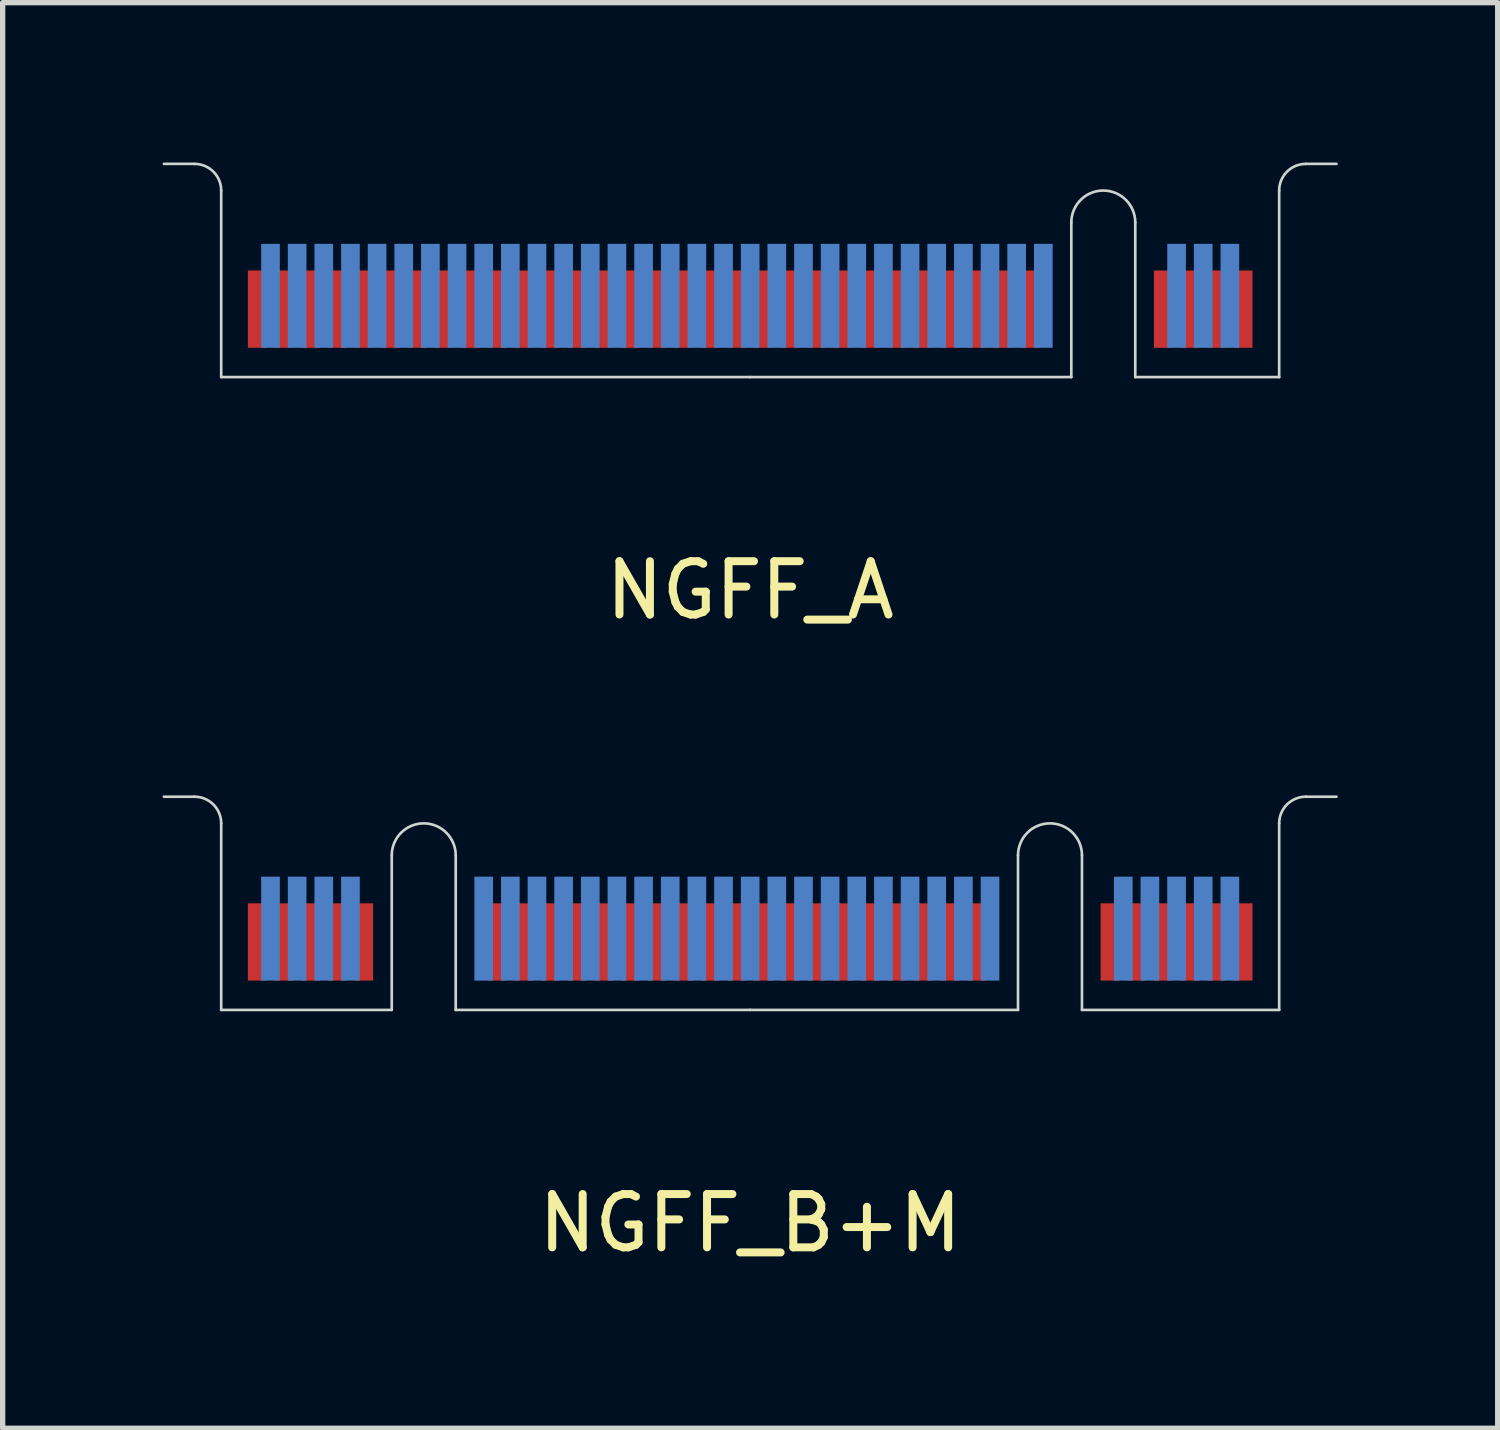
<source format=kicad_pcb>
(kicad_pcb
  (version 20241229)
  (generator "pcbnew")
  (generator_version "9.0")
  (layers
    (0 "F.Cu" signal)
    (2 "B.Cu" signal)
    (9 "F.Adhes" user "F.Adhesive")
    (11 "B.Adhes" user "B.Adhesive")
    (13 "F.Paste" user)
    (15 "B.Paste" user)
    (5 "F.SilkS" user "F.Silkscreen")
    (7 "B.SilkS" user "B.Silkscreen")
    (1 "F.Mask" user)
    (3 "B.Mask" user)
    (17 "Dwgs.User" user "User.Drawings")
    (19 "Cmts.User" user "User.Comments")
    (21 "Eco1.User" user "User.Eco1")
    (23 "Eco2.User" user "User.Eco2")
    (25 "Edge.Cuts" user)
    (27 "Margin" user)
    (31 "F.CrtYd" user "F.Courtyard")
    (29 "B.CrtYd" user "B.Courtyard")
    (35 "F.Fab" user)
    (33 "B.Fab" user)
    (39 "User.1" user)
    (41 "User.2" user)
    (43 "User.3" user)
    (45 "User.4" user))
  (footprint "NGFF_B+M"
    (layer "F.Cu")
    (at 11.025 15.898)
    (property "Reference" "NGFF_B+M" (at 0 4 0) (layer "F.SilkS") (effects (font (size 1 1) (thickness 0.15))))
    (attr through_hole)
    (fp_poly (pts (xy -9.925 0) (xy -6.725 0) (xy -6.725 -2) (xy -9.925 -2)) (stroke (width 0.1) (type solid)) (fill yes) (layer "F.Mask"))
    (fp_poly (pts (xy -5.525 0) (xy 5.025 0) (xy 5.025 -2) (xy -5.525 -2)) (stroke (width 0.1) (type solid)) (fill yes) (layer "F.Mask"))
    (fp_poly (pts (xy 6.225 0) (xy 9.925 0) (xy 9.925 -2) (xy 6.225 -2)) (stroke (width 0.1) (type solid)) (fill yes) (layer "F.Mask"))
    (fp_poly (pts (xy -9.925 0) (xy -6.725 0) (xy -6.725 -2.5) (xy -9.925 -2.5)) (stroke (width 0.1) (type solid)) (fill yes) (layer "B.Mask"))
    (fp_poly (pts (xy -5.525 0) (xy 5.025 0) (xy 5.025 -2.5) (xy -5.525 -2.5)) (stroke (width 0.1) (type solid)) (fill yes) (layer "B.Mask"))
    (fp_poly (pts (xy 6.225 0) (xy 9.925 0) (xy 9.925 -2.5) (xy 6.225 -2.5)) (stroke (width 0.1) (type solid)) (fill yes) (layer "B.Mask"))
    (fp_line (start -11 -4) (end -10.425 -4) (stroke (width 0.05) (type solid)) (layer "Edge.Cuts"))
    (fp_line (start -9.925 -3.5) (end -9.925 0) (stroke (width 0.05) (type solid)) (layer "Edge.Cuts"))
    (fp_line (start -9.925 0) (end -6.725 0) (stroke (width 0.05) (type solid)) (layer "Edge.Cuts"))
    (fp_line (start -6.725 0) (end -6.725 -2.9) (stroke (width 0.05) (type solid)) (layer "Edge.Cuts"))
    (fp_line (start -5.525 -2.9) (end -5.525 0) (stroke (width 0.05) (type solid)) (layer "Edge.Cuts"))
    (fp_line (start -5.525 0) (end 0 0) (stroke (width 0.05) (type solid)) (layer "Edge.Cuts"))
    (fp_line (start 0 0) (end 5.025 0) (stroke (width 0.05) (type solid)) (layer "Edge.Cuts"))
    (fp_line (start 5.025 0) (end 5.025 -2.9) (stroke (width 0.05) (type solid)) (layer "Edge.Cuts"))
    (fp_line (start 6.225 -2.9) (end 6.225 0) (stroke (width 0.05) (type solid)) (layer "Edge.Cuts"))
    (fp_line (start 6.225 0) (end 9.925 0) (stroke (width 0.05) (type solid)) (layer "Edge.Cuts"))
    (fp_line (start 9.925 0) (end 9.925 -3.5) (stroke (width 0.05) (type solid)) (layer "Edge.Cuts"))
    (fp_line (start 10.425 -4) (end 11 -4) (stroke (width 0.05) (type solid)) (layer "Edge.Cuts"))
    (fp_arc (start -10.425 -4) (mid -10.071447 -3.853553) (end -9.925 -3.5) (stroke (width 0.05) (type solid)) (layer "Edge.Cuts"))
    (fp_arc (start -6.725 -2.9) (mid -6.125 -3.5) (end -5.525 -2.9) (stroke (width 0.05) (type solid)) (layer "Edge.Cuts"))
    (fp_arc (start 5.025 -2.9) (mid 5.625 -3.5) (end 6.225 -2.9) (stroke (width 0.05) (type solid)) (layer "Edge.Cuts"))
    (fp_arc (start 9.925 -3.5) (mid 10.071447 -3.853553) (end 10.425 -4) (stroke (width 0.05) (type solid)) (layer "Edge.Cuts"))
    (pad "1" smd rect (at 9.25 -1.275) (size 0.35 1.45) (layers "F.Cu"))
    (pad "2" smd rect (at 9 -1.525) (size 0.35 1.95) (layers "B.Cu"))
    (pad "3" smd rect (at 8.75 -1.275) (size 0.35 1.45) (layers "F.Cu"))
    (pad "4" smd rect (at 8.5 -1.525) (size 0.35 1.95) (layers "B.Cu"))
    (pad "5" smd rect (at 8.25 -1.275) (size 0.35 1.45) (layers "F.Cu"))
    (pad "6" smd rect (at 8 -1.525) (size 0.35 1.95) (layers "B.Cu"))
    (pad "7" smd rect (at 7.75 -1.275) (size 0.35 1.45) (layers "F.Cu"))
    (pad "8" smd rect (at 7.5 -1.525) (size 0.35 1.95) (layers "B.Cu"))
    (pad "9" smd rect (at 7.25 -1.275) (size 0.35 1.45) (layers "F.Cu"))
    (pad "10" smd rect (at 7 -1.525) (size 0.35 1.95) (layers "B.Cu"))
    (pad "11" smd rect (at 6.75 -1.275) (size 0.35 1.45) (layers "F.Cu"))
    (pad "20" smd rect (at 4.5 -1.525) (size 0.35 1.95) (layers "B.Cu"))
    (pad "21" smd rect (at 4.25 -1.275) (size 0.35 1.45) (layers "F.Cu"))
    (pad "22" smd rect (at 4 -1.525) (size 0.35 1.95) (layers "B.Cu"))
    (pad "23" smd rect (at 3.75 -1.275) (size 0.35 1.45) (layers "F.Cu"))
    (pad "24" smd rect (at 3.5 -1.525) (size 0.35 1.95) (layers "B.Cu"))
    (pad "25" smd rect (at 3.25 -1.275) (size 0.35 1.45) (layers "F.Cu"))
    (pad "26" smd rect (at 3 -1.525) (size 0.35 1.95) (layers "B.Cu"))
    (pad "27" smd rect (at 2.75 -1.275) (size 0.35 1.45) (layers "F.Cu"))
    (pad "28" smd rect (at 2.5 -1.525) (size 0.35 1.95) (layers "B.Cu"))
    (pad "29" smd rect (at 2.25 -1.275) (size 0.35 1.45) (layers "F.Cu"))
    (pad "30" smd rect (at 2 -1.525) (size 0.35 1.95) (layers "B.Cu"))
    (pad "31" smd rect (at 1.75 -1.275) (size 0.35 1.45) (layers "F.Cu"))
    (pad "32" smd rect (at 1.5 -1.525) (size 0.35 1.95) (layers "B.Cu"))
    (pad "33" smd rect (at 1.25 -1.275) (size 0.35 1.45) (layers "F.Cu"))
    (pad "34" smd rect (at 1 -1.525) (size 0.35 1.95) (layers "B.Cu"))
    (pad "35" smd rect (at 0.75 -1.275) (size 0.35 1.45) (layers "F.Cu"))
    (pad "36" smd rect (at 0.5 -1.525) (size 0.35 1.95) (layers "B.Cu"))
    (pad "37" smd rect (at 0.25 -1.275) (size 0.35 1.45) (layers "F.Cu"))
    (pad "38" smd rect (at 0 -1.525) (size 0.35 1.95) (layers "B.Cu"))
    (pad "39" smd rect (at -0.25 -1.275) (size 0.35 1.45) (layers "F.Cu"))
    (pad "40" smd rect (at -0.5 -1.525) (size 0.35 1.95) (layers "B.Cu"))
    (pad "41" smd rect (at -0.75 -1.275) (size 0.35 1.45) (layers "F.Cu"))
    (pad "42" smd rect (at -1 -1.525) (size 0.35 1.95) (layers "B.Cu"))
    (pad "43" smd rect (at -1.25 -1.275) (size 0.35 1.45) (layers "F.Cu"))
    (pad "44" smd rect (at -1.5 -1.525) (size 0.35 1.95) (layers "B.Cu"))
    (pad "45" smd rect (at -1.75 -1.275) (size 0.35 1.45) (layers "F.Cu"))
    (pad "46" smd rect (at -2 -1.525) (size 0.35 1.95) (layers "B.Cu"))
    (pad "47" smd rect (at -2.25 -1.275) (size 0.35 1.45) (layers "F.Cu"))
    (pad "48" smd rect (at -2.5 -1.525) (size 0.35 1.95) (layers "B.Cu"))
    (pad "49" smd rect (at -2.75 -1.275) (size 0.35 1.45) (layers "F.Cu"))
    (pad "50" smd rect (at -3 -1.525) (size 0.35 1.95) (layers "B.Cu"))
    (pad "51" smd rect (at -3.25 -1.275) (size 0.35 1.45) (layers "F.Cu"))
    (pad "52" smd rect (at -3.5 -1.525) (size 0.35 1.95) (layers "B.Cu"))
    (pad "53" smd rect (at -3.75 -1.275) (size 0.35 1.45) (layers "F.Cu"))
    (pad "54" smd rect (at -4 -1.525) (size 0.35 1.95) (layers "B.Cu"))
    (pad "55" smd rect (at -4.25 -1.275) (size 0.35 1.45) (layers "F.Cu"))
    (pad "56" smd rect (at -4.5 -1.525) (size 0.35 1.95) (layers "B.Cu"))
    (pad "57" smd rect (at -4.75 -1.275) (size 0.35 1.45) (layers "F.Cu"))
    (pad "58" smd rect (at -5 -1.525) (size 0.35 1.95) (layers "B.Cu"))
    (pad "67" smd rect (at -7.25 -1.275) (size 0.35 1.45) (layers "F.Cu"))
    (pad "68" smd rect (at -7.5 -1.525) (size 0.35 1.95) (layers "B.Cu"))
    (pad "69" smd rect (at -7.75 -1.275) (size 0.35 1.45) (layers "F.Cu"))
    (pad "70" smd rect (at -8 -1.525) (size 0.35 1.95) (layers "B.Cu"))
    (pad "71" smd rect (at -8.25 -1.275) (size 0.35 1.45) (layers "F.Cu"))
    (pad "72" smd rect (at -8.5 -1.525) (size 0.35 1.95) (layers "B.Cu"))
    (pad "73" smd rect (at -8.75 -1.275) (size 0.35 1.45) (layers "F.Cu"))
    (pad "74" smd rect (at -9 -1.525) (size 0.35 1.95) (layers "B.Cu"))
    (pad "75" smd rect (at -9.25 -1.275) (size 0.35 1.45) (layers "F.Cu")))
  (footprint "NGFF_A"
    (layer "F.Cu")
    (at 11.025 4.025)
    (property "Reference" "NGFF_A" (at 0 4 0) (layer "F.SilkS") (effects (font (size 1 1) (thickness 0.15))))
    (attr through_hole)
    (fp_poly (pts (xy -9.925 0) (xy 6.025 0) (xy 6.025 -2) (xy -9.925 -2)) (stroke (width 0.1) (type solid)) (fill yes) (layer "F.Mask"))
    (fp_poly (pts (xy 7.225 0) (xy 9.925 0) (xy 9.925 -2) (xy 7.225 -2)) (stroke (width 0.1) (type solid)) (fill yes) (layer "F.Mask"))
    (fp_poly (pts (xy -9.925 0) (xy 6.025 0) (xy 6.025 -2.5) (xy -9.925 -2.5)) (stroke (width 0.1) (type solid)) (fill yes) (layer "B.Mask"))
    (fp_poly (pts (xy 7.225 0) (xy 9.925 0) (xy 9.925 -2.5) (xy 7.225 -2.5)) (stroke (width 0.1) (type solid)) (fill yes) (layer "B.Mask"))
    (fp_line (start -11 -4) (end -10.425 -4) (stroke (width 0.05) (type solid)) (layer "Edge.Cuts"))
    (fp_line (start -9.925 -3.5) (end -9.925 0) (stroke (width 0.05) (type solid)) (layer "Edge.Cuts"))
    (fp_line (start -9.925 0) (end 0 0) (stroke (width 0.05) (type solid)) (layer "Edge.Cuts"))
    (fp_line (start 0 0) (end 6.025 0) (stroke (width 0.05) (type solid)) (layer "Edge.Cuts"))
    (fp_line (start 6.025 0) (end 6.025 -2.9) (stroke (width 0.05) (type solid)) (layer "Edge.Cuts"))
    (fp_line (start 7.225 -2.9) (end 7.225 0) (stroke (width 0.05) (type solid)) (layer "Edge.Cuts"))
    (fp_line (start 7.225 0) (end 9.925 0) (stroke (width 0.05) (type solid)) (layer "Edge.Cuts"))
    (fp_line (start 9.925 0) (end 9.925 -3.5) (stroke (width 0.05) (type solid)) (layer "Edge.Cuts"))
    (fp_line (start 10.425 -4) (end 11 -4) (stroke (width 0.05) (type solid)) (layer "Edge.Cuts"))
    (fp_arc (start -10.425 -4) (mid -10.071447 -3.853553) (end -9.925 -3.5) (stroke (width 0.05) (type solid)) (layer "Edge.Cuts"))
    (fp_arc (start 6.025 -2.9) (mid 6.625 -3.5) (end 7.225 -2.9) (stroke (width 0.05) (type solid)) (layer "Edge.Cuts"))
    (fp_arc (start 9.925 -3.5) (mid 10.071447 -3.853553) (end 10.425 -4) (stroke (width 0.05) (type solid)) (layer "Edge.Cuts"))
    (pad "1" smd rect (at 9.25 -1.275) (size 0.35 1.45) (layers "F.Cu"))
    (pad "2" smd rect (at 9 -1.525) (size 0.35 1.95) (layers "B.Cu"))
    (pad "3" smd rect (at 8.75 -1.275) (size 0.35 1.45) (layers "F.Cu"))
    (pad "4" smd rect (at 8.5 -1.525) (size 0.35 1.95) (layers "B.Cu"))
    (pad "5" smd rect (at 8.25 -1.275) (size 0.35 1.45) (layers "F.Cu"))
    (pad "6" smd rect (at 8 -1.525) (size 0.35 1.95) (layers "B.Cu"))
    (pad "7" smd rect (at 7.75 -1.275) (size 0.35 1.45) (layers "F.Cu"))
    (pad "16" smd rect (at 5.5 -1.525) (size 0.35 1.95) (layers "B.Cu"))
    (pad "17" smd rect (at 5.25 -1.275) (size 0.35 1.45) (layers "F.Cu"))
    (pad "18" smd rect (at 5 -1.525) (size 0.35 1.95) (layers "B.Cu"))
    (pad "19" smd rect (at 4.75 -1.275) (size 0.35 1.45) (layers "F.Cu"))
    (pad "20" smd rect (at 4.5 -1.525) (size 0.35 1.95) (layers "B.Cu"))
    (pad "21" smd rect (at 4.25 -1.275) (size 0.35 1.45) (layers "F.Cu"))
    (pad "22" smd rect (at 4 -1.525) (size 0.35 1.95) (layers "B.Cu"))
    (pad "23" smd rect (at 3.75 -1.275) (size 0.35 1.45) (layers "F.Cu"))
    (pad "24" smd rect (at 3.5 -1.525) (size 0.35 1.95) (layers "B.Cu"))
    (pad "25" smd rect (at 3.25 -1.275) (size 0.35 1.45) (layers "F.Cu"))
    (pad "26" smd rect (at 3 -1.525) (size 0.35 1.95) (layers "B.Cu"))
    (pad "27" smd rect (at 2.75 -1.275) (size 0.35 1.45) (layers "F.Cu"))
    (pad "28" smd rect (at 2.5 -1.525) (size 0.35 1.95) (layers "B.Cu"))
    (pad "29" smd rect (at 2.25 -1.275) (size 0.35 1.45) (layers "F.Cu"))
    (pad "30" smd rect (at 2 -1.525) (size 0.35 1.95) (layers "B.Cu"))
    (pad "31" smd rect (at 1.75 -1.275) (size 0.35 1.45) (layers "F.Cu"))
    (pad "32" smd rect (at 1.5 -1.525) (size 0.35 1.95) (layers "B.Cu"))
    (pad "33" smd rect (at 1.25 -1.275) (size 0.35 1.45) (layers "F.Cu"))
    (pad "34" smd rect (at 1 -1.525) (size 0.35 1.95) (layers "B.Cu"))
    (pad "35" smd rect (at 0.75 -1.275) (size 0.35 1.45) (layers "F.Cu"))
    (pad "36" smd rect (at 0.5 -1.525) (size 0.35 1.95) (layers "B.Cu"))
    (pad "37" smd rect (at 0.25 -1.275) (size 0.35 1.45) (layers "F.Cu"))
    (pad "38" smd rect (at 0 -1.525) (size 0.35 1.95) (layers "B.Cu"))
    (pad "39" smd rect (at -0.25 -1.275) (size 0.35 1.45) (layers "F.Cu"))
    (pad "40" smd rect (at -0.5 -1.525) (size 0.35 1.95) (layers "B.Cu"))
    (pad "41" smd rect (at -0.75 -1.275) (size 0.35 1.45) (layers "F.Cu"))
    (pad "42" smd rect (at -1 -1.525) (size 0.35 1.95) (layers "B.Cu"))
    (pad "43" smd rect (at -1.25 -1.275) (size 0.35 1.45) (layers "F.Cu"))
    (pad "44" smd rect (at -1.5 -1.525) (size 0.35 1.95) (layers "B.Cu"))
    (pad "45" smd rect (at -1.75 -1.275) (size 0.35 1.45) (layers "F.Cu"))
    (pad "46" smd rect (at -2 -1.525) (size 0.35 1.95) (layers "B.Cu"))
    (pad "47" smd rect (at -2.25 -1.275) (size 0.35 1.45) (layers "F.Cu"))
    (pad "48" smd rect (at -2.5 -1.525) (size 0.35 1.95) (layers "B.Cu"))
    (pad "49" smd rect (at -2.75 -1.275) (size 0.35 1.45) (layers "F.Cu"))
    (pad "50" smd rect (at -3 -1.525) (size 0.35 1.95) (layers "B.Cu"))
    (pad "51" smd rect (at -3.25 -1.275) (size 0.35 1.45) (layers "F.Cu"))
    (pad "52" smd rect (at -3.5 -1.525) (size 0.35 1.95) (layers "B.Cu"))
    (pad "53" smd rect (at -3.75 -1.275) (size 0.35 1.45) (layers "F.Cu"))
    (pad "54" smd rect (at -4 -1.525) (size 0.35 1.95) (layers "B.Cu"))
    (pad "55" smd rect (at -4.25 -1.275) (size 0.35 1.45) (layers "F.Cu"))
    (pad "56" smd rect (at -4.5 -1.525) (size 0.35 1.95) (layers "B.Cu"))
    (pad "57" smd rect (at -4.75 -1.275) (size 0.35 1.45) (layers "F.Cu"))
    (pad "58" smd rect (at -5 -1.525) (size 0.35 1.95) (layers "B.Cu"))
    (pad "59" smd rect (at -5.25 -1.275) (size 0.35 1.45) (layers "F.Cu"))
    (pad "60" smd rect (at -5.5 -1.525) (size 0.35 1.95) (layers "B.Cu"))
    (pad "61" smd rect (at -5.75 -1.275) (size 0.35 1.45) (layers "F.Cu"))
    (pad "62" smd rect (at -6 -1.525) (size 0.35 1.95) (layers "B.Cu"))
    (pad "63" smd rect (at -6.25 -1.275) (size 0.35 1.45) (layers "F.Cu"))
    (pad "64" smd rect (at -6.5 -1.525) (size 0.35 1.95) (layers "B.Cu"))
    (pad "65" smd rect (at -6.75 -1.275) (size 0.35 1.45) (layers "F.Cu"))
    (pad "66" smd rect (at -7 -1.525) (size 0.35 1.95) (layers "B.Cu"))
    (pad "67" smd rect (at -7.25 -1.275) (size 0.35 1.45) (layers "F.Cu"))
    (pad "68" smd rect (at -7.5 -1.525) (size 0.35 1.95) (layers "B.Cu"))
    (pad "69" smd rect (at -7.75 -1.275) (size 0.35 1.45) (layers "F.Cu"))
    (pad "70" smd rect (at -8 -1.525) (size 0.35 1.95) (layers "B.Cu"))
    (pad "71" smd rect (at -8.25 -1.275) (size 0.35 1.45) (layers "F.Cu"))
    (pad "72" smd rect (at -8.5 -1.525) (size 0.35 1.95) (layers "B.Cu"))
    (pad "73" smd rect (at -8.75 -1.275) (size 0.35 1.45) (layers "F.Cu"))
    (pad "74" smd rect (at -9 -1.525) (size 0.35 1.95) (layers "B.Cu"))
    (pad "75" smd rect (at -9.25 -1.275) (size 0.35 1.45) (layers "F.Cu")))
  (gr_rect
    (start -3 -3)
    (end 25.05 23.747)
    (stroke (width 0.1) (type default))
    (fill no)
    (layer "Edge.Cuts")))
</source>
